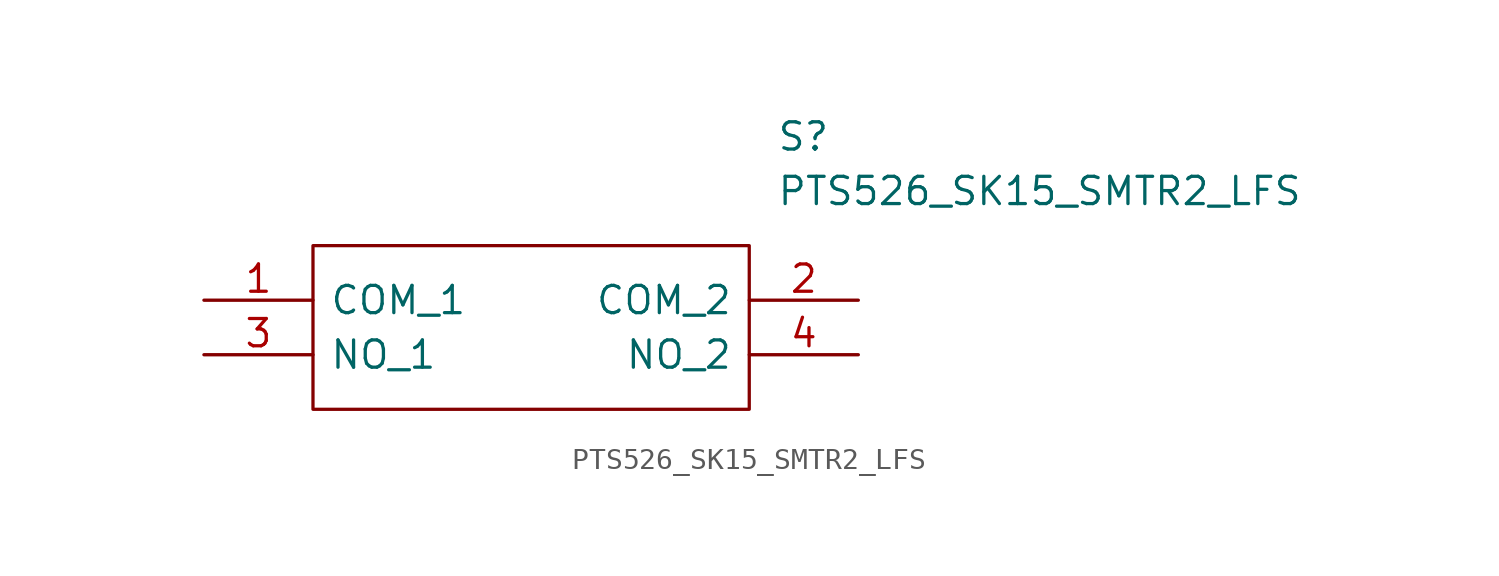
<source format=kicad_sym>
(kicad_symbol_lib
  (version 20211014)
  (generator kicad_symbol_editor)
  (symbol "PTS526_SK15_SMTR2_LFS"
    (pin_names
      (offset 0.762))
    (property "Reference" "S"
      (at 26.67 7.62 0)
      (effects (font (size 1.27 1.27)) (justify left)))
    (property "Value" "PTS526_SK15_SMTR2_LFS"
      (at 26.67 5.08 0)
      (effects (font (size 1.27 1.27)) (justify left)))
    (symbol "PTS526_SK15_SMTR2_LFS_0_0"
      (pin passive line (at 0 0 0) (length 5.08) (name "COM_1" (effects (font (size 1.27 1.27)))) (number "1" (effects (font (size 1.27 1.27)))))
      (pin passive line (at 30.48 0 180) (length 5.08) (name "COM_2" (effects (font (size 1.27 1.27)))) (number "2" (effects (font (size 1.27 1.27)))))
      (pin passive line (at 0 -2.54 0) (length 5.08) (name "NO_1" (effects (font (size 1.27 1.27)))) (number "3" (effects (font (size 1.27 1.27)))))
      (pin passive line (at 30.48 -2.54 180) (length 5.08) (name "NO_2" (effects (font (size 1.27 1.27)))) (number "4" (effects (font (size 1.27 1.27))))))
    (symbol "PTS526_SK15_SMTR2_LFS_0_1"
      (polyline (pts (xy 5.08 2.54) (xy 25.4 2.54) (xy 25.4 -5.08) (xy 5.08 -5.08) (xy 5.08 2.54)) (stroke (width 0.152) (type default) (color 0 0 0 0)) (fill (type none))))))
</source>
